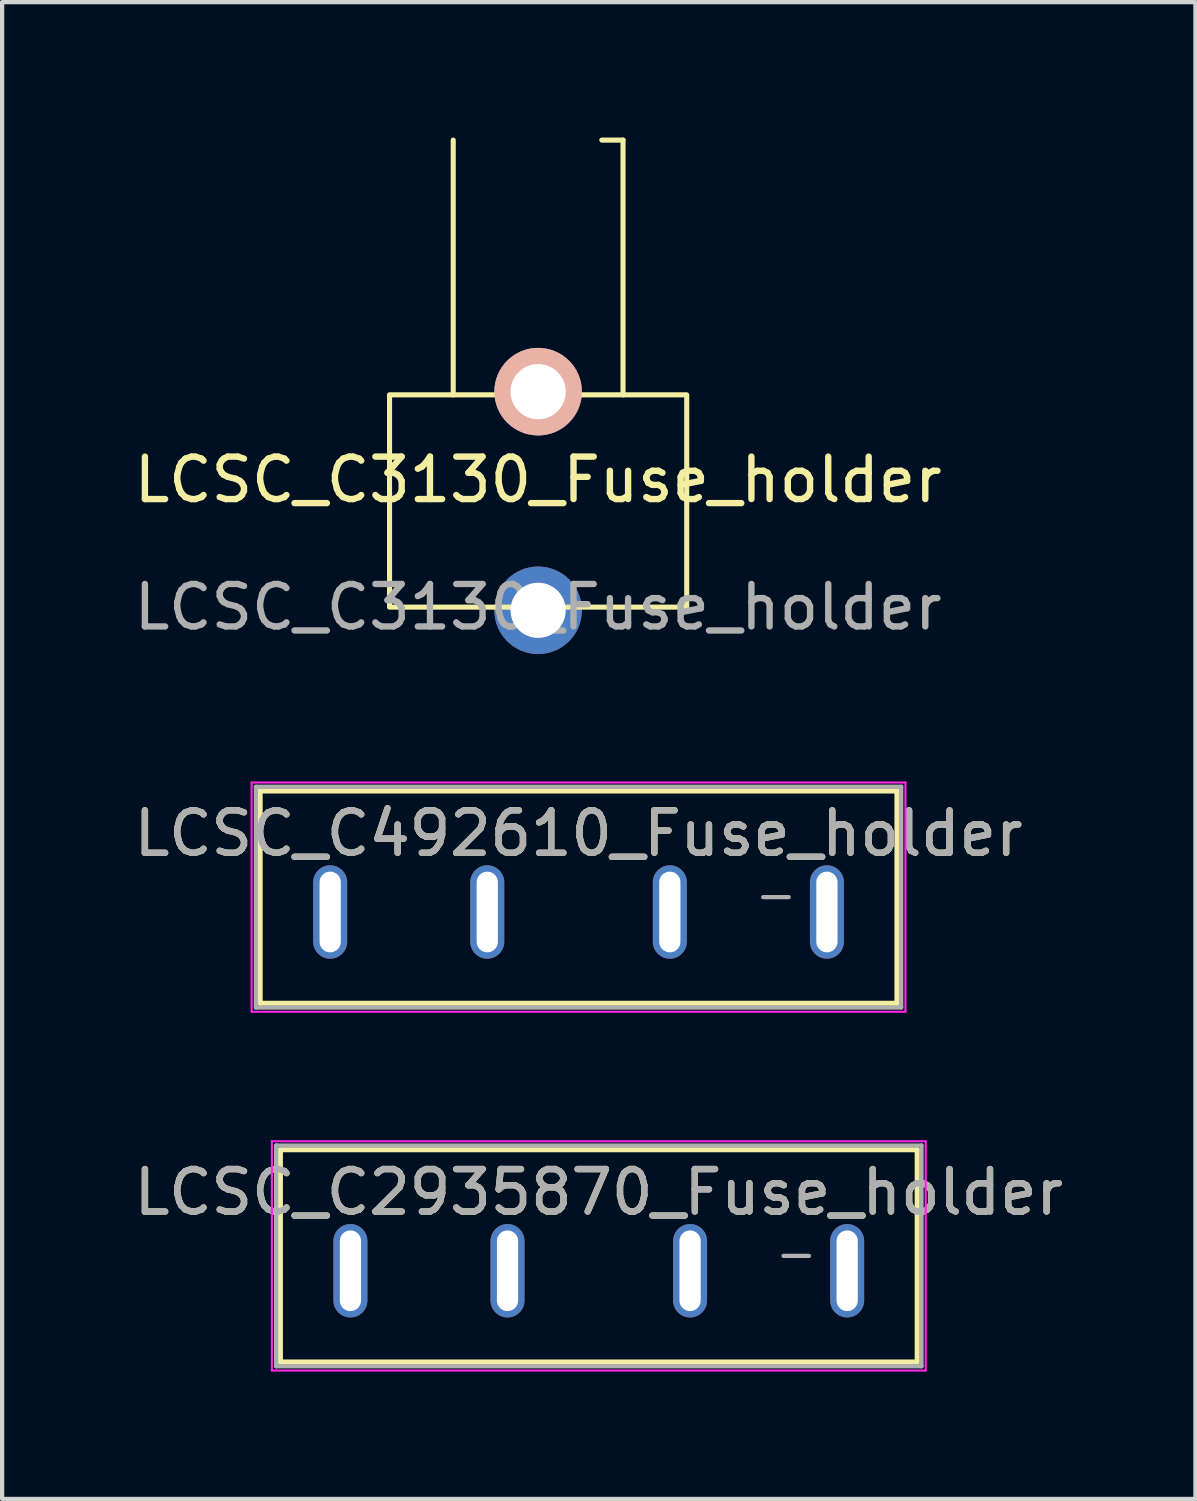
<source format=kicad_pcb>
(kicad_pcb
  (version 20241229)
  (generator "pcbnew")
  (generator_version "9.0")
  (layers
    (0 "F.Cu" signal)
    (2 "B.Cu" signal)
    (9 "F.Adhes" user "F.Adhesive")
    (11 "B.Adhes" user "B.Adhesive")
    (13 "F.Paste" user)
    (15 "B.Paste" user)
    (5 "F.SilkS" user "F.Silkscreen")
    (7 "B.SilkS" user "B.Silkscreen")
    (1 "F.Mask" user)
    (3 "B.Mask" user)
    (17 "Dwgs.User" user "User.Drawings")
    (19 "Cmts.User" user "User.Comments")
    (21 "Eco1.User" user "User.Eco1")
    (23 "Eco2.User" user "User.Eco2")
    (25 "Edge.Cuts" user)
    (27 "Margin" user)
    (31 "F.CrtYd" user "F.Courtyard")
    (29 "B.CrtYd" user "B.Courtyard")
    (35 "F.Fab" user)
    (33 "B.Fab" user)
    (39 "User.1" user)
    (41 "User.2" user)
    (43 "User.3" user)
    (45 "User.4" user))
  (footprint "LCSC_C2935870_Fuse_holder"
    (layer "F.Cu")
    (at 11.054 26.531)
    (property "Reference" "LCSC_C2935870_Fuse_holder" (at 0 -1.5 0) (layer "F.SilkS") (effects (font (size 1 1) (thickness 0.15))))
    (attr through_hole)
    (fp_line (start -7.5 -2.5) (end 7.5 -2.5) (stroke (width 0.12) (type solid)) (layer "F.SilkS"))
    (fp_line (start -7.5 2.5) (end -7.5 -2.5) (stroke (width 0.12) (type solid)) (layer "F.SilkS"))
    (fp_line (start 7.5 -2.5) (end 7.5 2.5) (stroke (width 0.12) (type solid)) (layer "F.SilkS"))
    (fp_line (start 7.5 2.5) (end -7.5 2.5) (stroke (width 0.12) (type solid)) (layer "F.SilkS"))
    (fp_line (start -7.7 -2.7) (end -7.7 2.7) (stroke (width 0.05) (type solid)) (layer "F.CrtYd"))
    (fp_line (start -7.7 -2.7) (end 7.7 -2.7) (stroke (width 0.05) (type solid)) (layer "F.CrtYd"))
    (fp_line (start 7.7 2.7) (end -7.7 2.7) (stroke (width 0.05) (type solid)) (layer "F.CrtYd"))
    (fp_line (start 7.7 2.7) (end 7.7 -2.7) (stroke (width 0.05) (type solid)) (layer "F.CrtYd"))
    (fp_line (start -7.6 -2.6) (end 7.6 -2.6) (stroke (width 0.1) (type solid)) (layer "F.Fab"))
    (fp_line (start -7.6 2.6) (end -7.6 -2.6) (stroke (width 0.1) (type solid)) (layer "F.Fab"))
    (fp_line (start 4.95 0) (end 4.35 0) (stroke (width 0.1) (type solid)) (layer "F.Fab"))
    (fp_line (start 7.6 -2.6) (end 7.6 2.6) (stroke (width 0.1) (type solid)) (layer "F.Fab"))
    (fp_line (start 7.6 2.6) (end -7.6 2.6) (stroke (width 0.1) (type solid)) (layer "F.Fab"))
    (fp_text user "${REFERENCE}" (at 0 -1.5 0) (layer "F.Fab") (effects (font (size 1 1) (thickness 0.15))))
    (pad "1" thru_hole oval (at -5.85 0.35) (size 0.8 2.2) (drill oval 0.5 1.9) (layers "*.Cu" "*.Mask"))
    (pad "1" thru_hole oval (at -2.15 0.35) (size 0.8 2.2) (drill oval 0.5 1.9) (layers "*.Cu" "*.Mask"))
    (pad "2" thru_hole oval (at 2.15 0.35) (size 0.8 2.2) (drill oval 0.5 1.9) (layers "*.Cu" "*.Mask"))
    (pad "2" thru_hole oval (at 5.85 0.35) (size 0.8 2.2) (drill oval 0.5 1.9) (layers "*.Cu" "*.Mask")))
  (footprint "LCSC_C492610_Fuse_holder"
    (layer "F.Cu")
    (at 10.577 18.081)
    (property "Reference" "LCSC_C492610_Fuse_holder" (at 0 -1.5 0) (layer "F.SilkS") (effects (font (size 1 1) (thickness 0.15))))
    (attr through_hole)
    (fp_line (start -7.5 -2.5) (end 7.5 -2.5) (stroke (width 0.12) (type solid)) (layer "F.SilkS"))
    (fp_line (start -7.5 2.5) (end -7.5 -2.5) (stroke (width 0.12) (type solid)) (layer "F.SilkS"))
    (fp_line (start 7.5 -2.5) (end 7.5 2.5) (stroke (width 0.12) (type solid)) (layer "F.SilkS"))
    (fp_line (start 7.5 2.5) (end -7.5 2.5) (stroke (width 0.12) (type solid)) (layer "F.SilkS"))
    (fp_line (start -7.7 -2.7) (end -7.7 2.7) (stroke (width 0.05) (type solid)) (layer "F.CrtYd"))
    (fp_line (start -7.7 -2.7) (end 7.7 -2.7) (stroke (width 0.05) (type solid)) (layer "F.CrtYd"))
    (fp_line (start 7.7 2.7) (end -7.7 2.7) (stroke (width 0.05) (type solid)) (layer "F.CrtYd"))
    (fp_line (start 7.7 2.7) (end 7.7 -2.7) (stroke (width 0.05) (type solid)) (layer "F.CrtYd"))
    (fp_line (start -7.6 -2.6) (end 7.6 -2.6) (stroke (width 0.1) (type solid)) (layer "F.Fab"))
    (fp_line (start -7.6 2.6) (end -7.6 -2.6) (stroke (width 0.1) (type solid)) (layer "F.Fab"))
    (fp_line (start 4.95 0) (end 4.35 0) (stroke (width 0.1) (type solid)) (layer "F.Fab"))
    (fp_line (start 7.6 -2.6) (end 7.6 2.6) (stroke (width 0.1) (type solid)) (layer "F.Fab"))
    (fp_line (start 7.6 2.6) (end -7.6 2.6) (stroke (width 0.1) (type solid)) (layer "F.Fab"))
    (fp_text user "${REFERENCE}" (at 0 -1.5 0) (layer "F.Fab") (effects (font (size 1 1) (thickness 0.15))))
    (pad "1" thru_hole oval (at -5.85 0.35) (size 0.8 2.2) (drill oval 0.5 1.9) (layers "*.Cu" "*.Mask"))
    (pad "1" thru_hole oval (at -2.15 0.35) (size 0.8 2.2) (drill oval 0.5 1.9) (layers "*.Cu" "*.Mask"))
    (pad "2" thru_hole oval (at 2.15 0.35) (size 0.8 2.2) (drill oval 0.5 1.9) (layers "*.Cu" "*.Mask"))
    (pad "2" thru_hole oval (at 5.85 0.35) (size 0.8 2.2) (drill oval 0.5 1.9) (layers "*.Cu" "*.Mask")))
  (footprint "LCSC_C3130_Fuse_holder"
    (layer "F.Cu")
    (at 9.625 0.25)
    (property "Reference" "LCSC_C3130_Fuse_holder" (at 0 8 0) (unlocked yes) (layer "F.SilkS") (effects (font (size 1 1) (thickness 0.15))))
    (attr through_hole)
    (fp_line (start -2 6) (end -2 0) (stroke (width 0.12) (type solid)) (layer "F.SilkS"))
    (fp_line (start 2 0) (end 1.5 0) (stroke (width 0.12) (type solid)) (layer "F.SilkS"))
    (fp_line (start 2 6) (end 2 0) (stroke (width 0.12) (type solid)) (layer "F.SilkS"))
    (fp_rect (start 3.5 11) (end -3.5 6) (stroke (width 0.12) (type solid)) (fill no) (layer "F.SilkS"))
    (fp_text user "${REFERENCE}" (at 0 11 0) (unlocked yes) (layer "F.Fab") (effects (font (size 1 1) (thickness 0.15))))
    (pad "1" thru_hole circle (at 0 5.925) (size 2.062 2.062) (drill 1.3) (layers "*.Cu" "*.Mask" "B.SilkS"))
    (pad "1" thru_hole circle (at 0 11.075) (size 2.062 2.062) (drill 1.3) (layers "*.Cu" "*.Mask")))
  (gr_rect
    (start -3 -3)
    (end 25.107 32.256)
    (stroke (width 0.1) (type default))
    (fill no)
    (layer "Edge.Cuts")))
</source>
